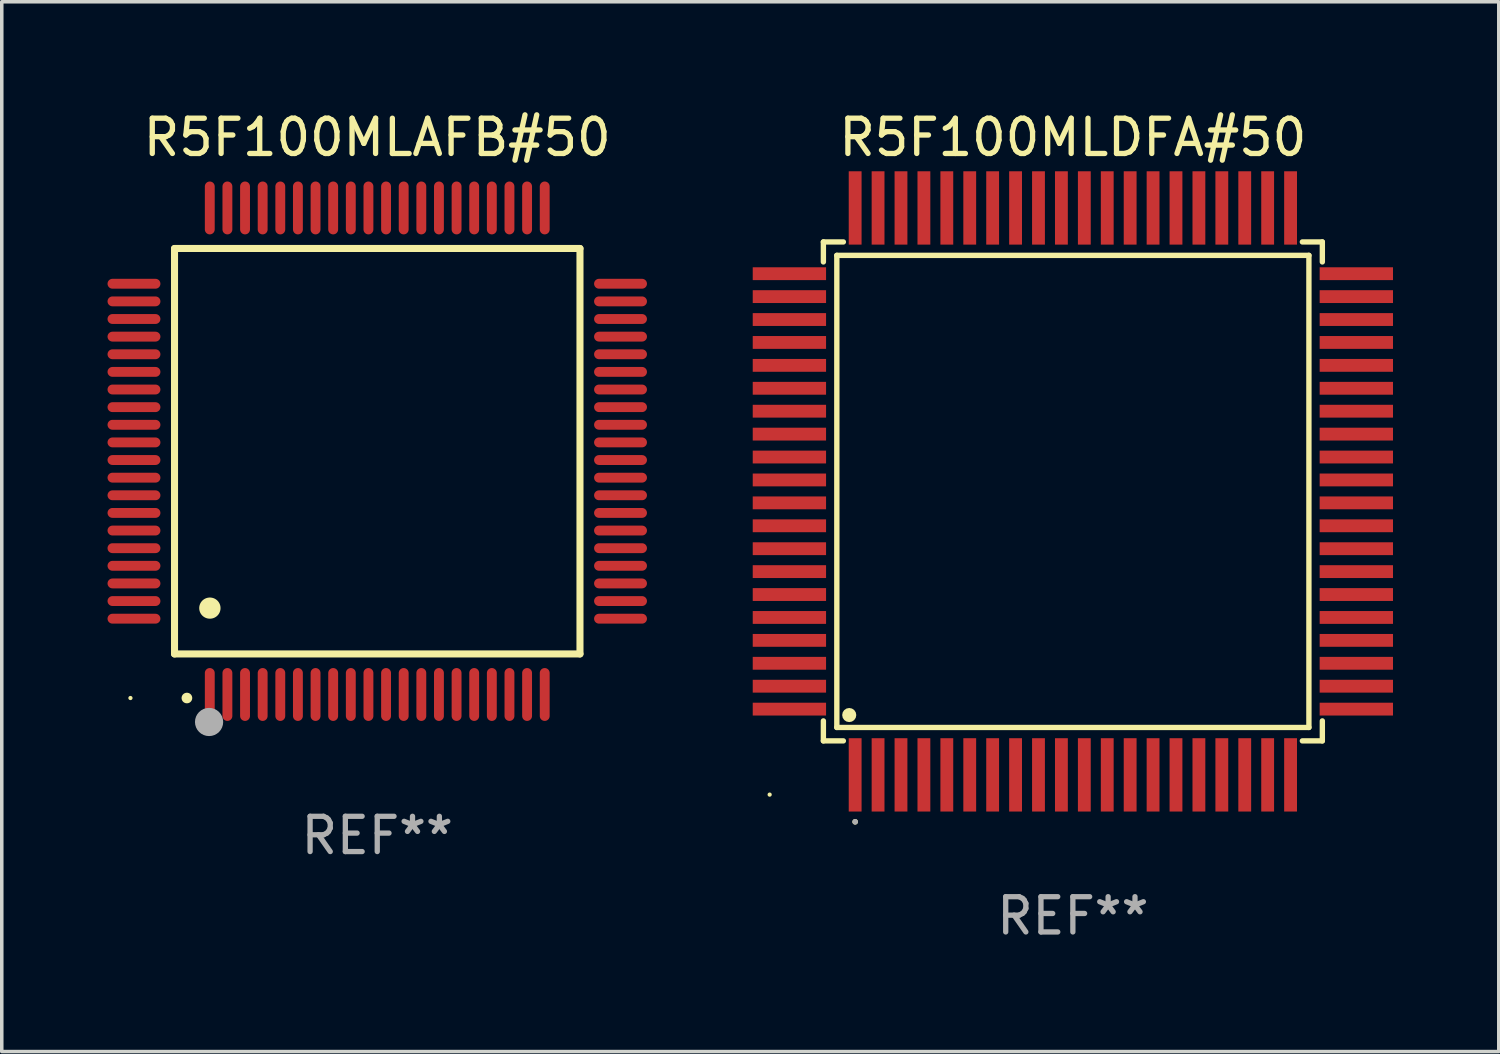
<source format=kicad_pcb>
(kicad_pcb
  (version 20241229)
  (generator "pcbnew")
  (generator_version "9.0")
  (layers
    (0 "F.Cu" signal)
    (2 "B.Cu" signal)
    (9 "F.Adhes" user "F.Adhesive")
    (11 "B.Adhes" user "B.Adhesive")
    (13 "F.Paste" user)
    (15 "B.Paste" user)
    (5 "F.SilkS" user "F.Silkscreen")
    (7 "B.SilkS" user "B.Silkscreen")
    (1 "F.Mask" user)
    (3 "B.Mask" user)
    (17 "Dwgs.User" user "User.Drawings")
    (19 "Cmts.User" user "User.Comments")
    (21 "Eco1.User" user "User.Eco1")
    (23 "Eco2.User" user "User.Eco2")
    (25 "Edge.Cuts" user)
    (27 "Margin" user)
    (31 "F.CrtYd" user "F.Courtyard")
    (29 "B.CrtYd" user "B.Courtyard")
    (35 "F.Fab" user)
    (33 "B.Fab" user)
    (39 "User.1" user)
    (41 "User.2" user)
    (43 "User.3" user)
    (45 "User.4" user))
  (footprint "R5F100MLAFB#50"
    (layer "F.Cu")
    (at 7.65 9.748)
    (property "Reference" "R5F100MLAFB#50" (at 0 -8.9 0) (layer "F.SilkS") (effects (font (size 1 1) (thickness 0.15))))
    (attr through_hole)
    (fp_line (start -5.75 -5.75) (end 5.75 -5.75) (stroke (width 0.2) (type solid)) (layer "F.SilkS"))
    (fp_line (start -5.75 5.75) (end -5.75 -5.75) (stroke (width 0.2) (type solid)) (layer "F.SilkS"))
    (fp_line (start 5.75 -5.75) (end 5.75 5.75) (stroke (width 0.2) (type solid)) (layer "F.SilkS"))
    (fp_line (start 5.75 5.75) (end -5.75 5.75) (stroke (width 0.2) (type solid)) (layer "F.SilkS"))
    (fp_arc (start -5.400051 7.000254) (mid -5.398781 7.000249) (end -5.397511 7.000254) (stroke (width 0.3) (type solid)) (layer "F.SilkS"))
    (fp_arc (start -4.749809 4.450089) (mid -4.747269 4.450078) (end -4.744729 4.450089) (stroke (width 0.6) (type solid)) (layer "F.SilkS"))
    (fp_circle (center -7 7) (end -6.97 7) (stroke (width 0.06) (type solid)) (fill no) (layer "F.SilkS"))
    (fp_circle (center -4.77 7.68) (end -4.57 7.68) (stroke (width 0.4) (type solid)) (fill no) (layer "F.Fab"))
    (fp_text user "REF**" (at 0 10.9 0) (layer "F.Fab") (effects (font (size 1 1) (thickness 0.15))))
    (pad "1" smd oval (at -4.75 6.9) (size 0.28 1.5) (layers "F.Cu" "F.Mask" "F.Paste"))
    (pad "2" smd oval (at -4.25 6.9) (size 0.28 1.5) (layers "F.Cu" "F.Mask" "F.Paste"))
    (pad "3" smd oval (at -3.75 6.9) (size 0.28 1.5) (layers "F.Cu" "F.Mask" "F.Paste"))
    (pad "4" smd oval (at -3.25 6.9) (size 0.28 1.5) (layers "F.Cu" "F.Mask" "F.Paste"))
    (pad "5" smd oval (at -2.75 6.9) (size 0.28 1.5) (layers "F.Cu" "F.Mask" "F.Paste"))
    (pad "6" smd oval (at -2.25 6.9) (size 0.28 1.5) (layers "F.Cu" "F.Mask" "F.Paste"))
    (pad "7" smd oval (at -1.75 6.9) (size 0.28 1.5) (layers "F.Cu" "F.Mask" "F.Paste"))
    (pad "8" smd oval (at -1.25 6.9) (size 0.28 1.5) (layers "F.Cu" "F.Mask" "F.Paste"))
    (pad "9" smd oval (at -0.75 6.9) (size 0.28 1.5) (layers "F.Cu" "F.Mask" "F.Paste"))
    (pad "10" smd oval (at -0.25 6.9) (size 0.28 1.5) (layers "F.Cu" "F.Mask" "F.Paste"))
    (pad "11" smd oval (at 0.25 6.9) (size 0.28 1.5) (layers "F.Cu" "F.Mask" "F.Paste"))
    (pad "12" smd oval (at 0.75 6.9) (size 0.28 1.5) (layers "F.Cu" "F.Mask" "F.Paste"))
    (pad "13" smd oval (at 1.25 6.9) (size 0.28 1.5) (layers "F.Cu" "F.Mask" "F.Paste"))
    (pad "14" smd oval (at 1.75 6.9) (size 0.28 1.5) (layers "F.Cu" "F.Mask" "F.Paste"))
    (pad "15" smd oval (at 2.25 6.9) (size 0.28 1.5) (layers "F.Cu" "F.Mask" "F.Paste"))
    (pad "16" smd oval (at 2.75 6.9) (size 0.28 1.5) (layers "F.Cu" "F.Mask" "F.Paste"))
    (pad "17" smd oval (at 3.25 6.9) (size 0.28 1.5) (layers "F.Cu" "F.Mask" "F.Paste"))
    (pad "18" smd oval (at 3.75 6.9) (size 0.28 1.5) (layers "F.Cu" "F.Mask" "F.Paste"))
    (pad "19" smd oval (at 4.25 6.9) (size 0.28 1.5) (layers "F.Cu" "F.Mask" "F.Paste"))
    (pad "20" smd oval (at 4.75 6.9) (size 0.28 1.5) (layers "F.Cu" "F.Mask" "F.Paste"))
    (pad "21" smd oval (at 6.9 4.75) (size 1.5 0.28) (layers "F.Cu" "F.Mask" "F.Paste"))
    (pad "22" smd oval (at 6.9 4.25) (size 1.5 0.28) (layers "F.Cu" "F.Mask" "F.Paste"))
    (pad "23" smd oval (at 6.9 3.75) (size 1.5 0.28) (layers "F.Cu" "F.Mask" "F.Paste"))
    (pad "24" smd oval (at 6.9 3.25) (size 1.5 0.28) (layers "F.Cu" "F.Mask" "F.Paste"))
    (pad "25" smd oval (at 6.9 2.75) (size 1.5 0.28) (layers "F.Cu" "F.Mask" "F.Paste"))
    (pad "26" smd oval (at 6.9 2.25) (size 1.5 0.28) (layers "F.Cu" "F.Mask" "F.Paste"))
    (pad "27" smd oval (at 6.9 1.75) (size 1.5 0.28) (layers "F.Cu" "F.Mask" "F.Paste"))
    (pad "28" smd oval (at 6.9 1.25) (size 1.5 0.28) (layers "F.Cu" "F.Mask" "F.Paste"))
    (pad "29" smd oval (at 6.9 0.75) (size 1.5 0.28) (layers "F.Cu" "F.Mask" "F.Paste"))
    (pad "30" smd oval (at 6.9 0.25) (size 1.5 0.28) (layers "F.Cu" "F.Mask" "F.Paste"))
    (pad "31" smd oval (at 6.9 -0.25) (size 1.5 0.28) (layers "F.Cu" "F.Mask" "F.Paste"))
    (pad "32" smd oval (at 6.9 -0.75) (size 1.5 0.28) (layers "F.Cu" "F.Mask" "F.Paste"))
    (pad "33" smd oval (at 6.9 -1.25) (size 1.5 0.28) (layers "F.Cu" "F.Mask" "F.Paste"))
    (pad "34" smd oval (at 6.9 -1.75) (size 1.5 0.28) (layers "F.Cu" "F.Mask" "F.Paste"))
    (pad "35" smd oval (at 6.9 -2.25) (size 1.5 0.28) (layers "F.Cu" "F.Mask" "F.Paste"))
    (pad "36" smd oval (at 6.9 -2.75) (size 1.5 0.28) (layers "F.Cu" "F.Mask" "F.Paste"))
    (pad "37" smd oval (at 6.9 -3.25) (size 1.5 0.28) (layers "F.Cu" "F.Mask" "F.Paste"))
    (pad "38" smd oval (at 6.9 -3.75) (size 1.5 0.28) (layers "F.Cu" "F.Mask" "F.Paste"))
    (pad "39" smd oval (at 6.9 -4.25) (size 1.5 0.28) (layers "F.Cu" "F.Mask" "F.Paste"))
    (pad "40" smd oval (at 6.9 -4.75) (size 1.5 0.28) (layers "F.Cu" "F.Mask" "F.Paste"))
    (pad "41" smd oval (at 4.75 -6.9) (size 0.28 1.5) (layers "F.Cu" "F.Mask" "F.Paste"))
    (pad "42" smd oval (at 4.25 -6.9) (size 0.28 1.5) (layers "F.Cu" "F.Mask" "F.Paste"))
    (pad "43" smd oval (at 3.75 -6.9) (size 0.28 1.5) (layers "F.Cu" "F.Mask" "F.Paste"))
    (pad "44" smd oval (at 3.25 -6.9) (size 0.28 1.5) (layers "F.Cu" "F.Mask" "F.Paste"))
    (pad "45" smd oval (at 2.75 -6.9) (size 0.28 1.5) (layers "F.Cu" "F.Mask" "F.Paste"))
    (pad "46" smd oval (at 2.25 -6.9) (size 0.28 1.5) (layers "F.Cu" "F.Mask" "F.Paste"))
    (pad "47" smd oval (at 1.75 -6.9) (size 0.28 1.5) (layers "F.Cu" "F.Mask" "F.Paste"))
    (pad "48" smd oval (at 1.25 -6.9) (size 0.28 1.5) (layers "F.Cu" "F.Mask" "F.Paste"))
    (pad "49" smd oval (at 0.75 -6.9) (size 0.28 1.5) (layers "F.Cu" "F.Mask" "F.Paste"))
    (pad "50" smd oval (at 0.25 -6.9) (size 0.28 1.5) (layers "F.Cu" "F.Mask" "F.Paste"))
    (pad "51" smd oval (at -0.25 -6.9) (size 0.28 1.5) (layers "F.Cu" "F.Mask" "F.Paste"))
    (pad "52" smd oval (at -0.75 -6.9) (size 0.28 1.5) (layers "F.Cu" "F.Mask" "F.Paste"))
    (pad "53" smd oval (at -1.25 -6.9) (size 0.28 1.5) (layers "F.Cu" "F.Mask" "F.Paste"))
    (pad "54" smd oval (at -1.75 -6.9) (size 0.28 1.5) (layers "F.Cu" "F.Mask" "F.Paste"))
    (pad "55" smd oval (at -2.25 -6.9) (size 0.28 1.5) (layers "F.Cu" "F.Mask" "F.Paste"))
    (pad "56" smd oval (at -2.75 -6.9) (size 0.28 1.5) (layers "F.Cu" "F.Mask" "F.Paste"))
    (pad "57" smd oval (at -3.25 -6.9) (size 0.28 1.5) (layers "F.Cu" "F.Mask" "F.Paste"))
    (pad "58" smd oval (at -3.75 -6.9) (size 0.28 1.5) (layers "F.Cu" "F.Mask" "F.Paste"))
    (pad "59" smd oval (at -4.25 -6.9) (size 0.28 1.5) (layers "F.Cu" "F.Mask" "F.Paste"))
    (pad "60" smd oval (at -4.75 -6.9) (size 0.28 1.5) (layers "F.Cu" "F.Mask" "F.Paste"))
    (pad "61" smd oval (at -6.9 -4.75) (size 1.5 0.28) (layers "F.Cu" "F.Mask" "F.Paste"))
    (pad "62" smd oval (at -6.9 -4.25) (size 1.5 0.28) (layers "F.Cu" "F.Mask" "F.Paste"))
    (pad "63" smd oval (at -6.9 -3.75) (size 1.5 0.28) (layers "F.Cu" "F.Mask" "F.Paste"))
    (pad "64" smd oval (at -6.9 -3.25) (size 1.5 0.28) (layers "F.Cu" "F.Mask" "F.Paste"))
    (pad "65" smd oval (at -6.9 -2.75) (size 1.5 0.28) (layers "F.Cu" "F.Mask" "F.Paste"))
    (pad "66" smd oval (at -6.9 -2.25) (size 1.5 0.28) (layers "F.Cu" "F.Mask" "F.Paste"))
    (pad "67" smd oval (at -6.9 -1.75) (size 1.5 0.28) (layers "F.Cu" "F.Mask" "F.Paste"))
    (pad "68" smd oval (at -6.9 -1.25) (size 1.5 0.28) (layers "F.Cu" "F.Mask" "F.Paste"))
    (pad "69" smd oval (at -6.9 -0.75) (size 1.5 0.28) (layers "F.Cu" "F.Mask" "F.Paste"))
    (pad "70" smd oval (at -6.9 -0.25) (size 1.5 0.28) (layers "F.Cu" "F.Mask" "F.Paste"))
    (pad "71" smd oval (at -6.9 0.25) (size 1.5 0.28) (layers "F.Cu" "F.Mask" "F.Paste"))
    (pad "72" smd oval (at -6.9 0.75) (size 1.5 0.28) (layers "F.Cu" "F.Mask" "F.Paste"))
    (pad "73" smd oval (at -6.9 1.25) (size 1.5 0.28) (layers "F.Cu" "F.Mask" "F.Paste"))
    (pad "74" smd oval (at -6.9 1.75) (size 1.5 0.28) (layers "F.Cu" "F.Mask" "F.Paste"))
    (pad "75" smd oval (at -6.9 2.25) (size 1.5 0.28) (layers "F.Cu" "F.Mask" "F.Paste"))
    (pad "76" smd oval (at -6.9 2.75) (size 1.5 0.28) (layers "F.Cu" "F.Mask" "F.Paste"))
    (pad "77" smd oval (at -6.9 3.25) (size 1.5 0.28) (layers "F.Cu" "F.Mask" "F.Paste"))
    (pad "78" smd oval (at -6.9 3.75) (size 1.5 0.28) (layers "F.Cu" "F.Mask" "F.Paste"))
    (pad "79" smd oval (at -6.9 4.25) (size 1.5 0.28) (layers "F.Cu" "F.Mask" "F.Paste"))
    (pad "80" smd oval (at -6.9 4.75) (size 1.5 0.28) (layers "F.Cu" "F.Mask" "F.Paste")))
  (footprint "R5F100MLDFA#50"
    (layer "F.Cu")
    (at 27.38 10.888)
    (property "Reference" "R5F100MLDFA#50" (at 0 -10.04 0) (layer "F.SilkS") (effects (font (size 1 1) (thickness 0.15))))
    (attr through_hole)
    (fp_line (start -7.076 -7.076) (end -7.076 -6.509) (stroke (width 0.152) (type solid)) (layer "F.SilkS"))
    (fp_line (start -7.076 7.076) (end -7.076 6.509) (stroke (width 0.152) (type solid)) (layer "F.SilkS"))
    (fp_line (start -6.695 -6.695) (end 6.695 -6.695) (stroke (width 0.152) (type solid)) (layer "F.SilkS"))
    (fp_line (start -6.695 6.695) (end -6.695 -6.695) (stroke (width 0.152) (type solid)) (layer "F.SilkS"))
    (fp_line (start -6.509 -7.076) (end -7.076 -7.076) (stroke (width 0.152) (type solid)) (layer "F.SilkS"))
    (fp_line (start -6.509 7.076) (end -7.076 7.076) (stroke (width 0.152) (type solid)) (layer "F.SilkS"))
    (fp_line (start 6.509 -7.076) (end 7.076 -7.076) (stroke (width 0.152) (type solid)) (layer "F.SilkS"))
    (fp_line (start 6.509 7.076) (end 7.076 7.076) (stroke (width 0.152) (type solid)) (layer "F.SilkS"))
    (fp_line (start 6.695 -6.695) (end 6.695 6.695) (stroke (width 0.152) (type solid)) (layer "F.SilkS"))
    (fp_line (start 6.695 6.695) (end -6.695 6.695) (stroke (width 0.152) (type solid)) (layer "F.SilkS"))
    (fp_line (start 7.076 -7.076) (end 7.076 -6.509) (stroke (width 0.152) (type solid)) (layer "F.SilkS"))
    (fp_line (start 7.076 7.076) (end 7.076 6.509) (stroke (width 0.152) (type solid)) (layer "F.SilkS"))
    (fp_circle (center -8.6 8.6) (end -8.57 8.6) (stroke (width 0.06) (type solid)) (fill no) (layer "F.SilkS"))
    (fp_circle (center -6.343 6.343) (end -6.243 6.343) (stroke (width 0.2) (type solid)) (fill no) (layer "F.SilkS"))
    (fp_circle (center -6.175 9.371) (end -6.135 9.371) (stroke (width 0.08) (type solid)) (fill no) (layer "F.SilkS"))
    (fp_circle (center -6.175 9.371) (end -6.135 9.371) (stroke (width 0.08) (type solid)) (fill no) (layer "F.Fab"))
    (fp_text user "REF**" (at 0 12.04 0) (layer "F.Fab") (effects (font (size 1 1) (thickness 0.15))))
    (pad "1" smd rect (at -6.175 8.04) (size 0.364 2.08) (layers "F.Cu" "F.Mask" "F.Paste"))
    (pad "2" smd rect (at -5.525 8.04) (size 0.364 2.08) (layers "F.Cu" "F.Mask" "F.Paste"))
    (pad "3" smd rect (at -4.875 8.04) (size 0.364 2.08) (layers "F.Cu" "F.Mask" "F.Paste"))
    (pad "4" smd rect (at -4.225 8.04) (size 0.364 2.08) (layers "F.Cu" "F.Mask" "F.Paste"))
    (pad "5" smd rect (at -3.575 8.04) (size 0.364 2.08) (layers "F.Cu" "F.Mask" "F.Paste"))
    (pad "6" smd rect (at -2.925 8.04) (size 0.364 2.08) (layers "F.Cu" "F.Mask" "F.Paste"))
    (pad "7" smd rect (at -2.275 8.04) (size 0.364 2.08) (layers "F.Cu" "F.Mask" "F.Paste"))
    (pad "8" smd rect (at -1.625 8.04) (size 0.364 2.08) (layers "F.Cu" "F.Mask" "F.Paste"))
    (pad "9" smd rect (at -0.975 8.04) (size 0.364 2.08) (layers "F.Cu" "F.Mask" "F.Paste"))
    (pad "10" smd rect (at -0.325 8.04) (size 0.364 2.08) (layers "F.Cu" "F.Mask" "F.Paste"))
    (pad "11" smd rect (at 0.325 8.04) (size 0.364 2.08) (layers "F.Cu" "F.Mask" "F.Paste"))
    (pad "12" smd rect (at 0.975 8.04) (size 0.364 2.08) (layers "F.Cu" "F.Mask" "F.Paste"))
    (pad "13" smd rect (at 1.625 8.04) (size 0.364 2.08) (layers "F.Cu" "F.Mask" "F.Paste"))
    (pad "14" smd rect (at 2.275 8.04) (size 0.364 2.08) (layers "F.Cu" "F.Mask" "F.Paste"))
    (pad "15" smd rect (at 2.925 8.04) (size 0.364 2.08) (layers "F.Cu" "F.Mask" "F.Paste"))
    (pad "16" smd rect (at 3.575 8.04) (size 0.364 2.08) (layers "F.Cu" "F.Mask" "F.Paste"))
    (pad "17" smd rect (at 4.225 8.04) (size 0.364 2.08) (layers "F.Cu" "F.Mask" "F.Paste"))
    (pad "18" smd rect (at 4.875 8.04) (size 0.364 2.08) (layers "F.Cu" "F.Mask" "F.Paste"))
    (pad "19" smd rect (at 5.525 8.04) (size 0.364 2.08) (layers "F.Cu" "F.Mask" "F.Paste"))
    (pad "20" smd rect (at 6.175 8.04) (size 0.364 2.08) (layers "F.Cu" "F.Mask" "F.Paste"))
    (pad "21" smd rect (at 8.04 6.175) (size 2.08 0.364) (layers "F.Cu" "F.Mask" "F.Paste"))
    (pad "22" smd rect (at 8.04 5.525) (size 2.08 0.364) (layers "F.Cu" "F.Mask" "F.Paste"))
    (pad "23" smd rect (at 8.04 4.875) (size 2.08 0.364) (layers "F.Cu" "F.Mask" "F.Paste"))
    (pad "24" smd rect (at 8.04 4.225) (size 2.08 0.364) (layers "F.Cu" "F.Mask" "F.Paste"))
    (pad "25" smd rect (at 8.04 3.575) (size 2.08 0.364) (layers "F.Cu" "F.Mask" "F.Paste"))
    (pad "26" smd rect (at 8.04 2.925) (size 2.08 0.364) (layers "F.Cu" "F.Mask" "F.Paste"))
    (pad "27" smd rect (at 8.04 2.275) (size 2.08 0.364) (layers "F.Cu" "F.Mask" "F.Paste"))
    (pad "28" smd rect (at 8.04 1.625) (size 2.08 0.364) (layers "F.Cu" "F.Mask" "F.Paste"))
    (pad "29" smd rect (at 8.04 0.975) (size 2.08 0.364) (layers "F.Cu" "F.Mask" "F.Paste"))
    (pad "30" smd rect (at 8.04 0.325) (size 2.08 0.364) (layers "F.Cu" "F.Mask" "F.Paste"))
    (pad "31" smd rect (at 8.04 -0.325) (size 2.08 0.364) (layers "F.Cu" "F.Mask" "F.Paste"))
    (pad "32" smd rect (at 8.04 -0.975) (size 2.08 0.364) (layers "F.Cu" "F.Mask" "F.Paste"))
    (pad "33" smd rect (at 8.04 -1.625) (size 2.08 0.364) (layers "F.Cu" "F.Mask" "F.Paste"))
    (pad "34" smd rect (at 8.04 -2.275) (size 2.08 0.364) (layers "F.Cu" "F.Mask" "F.Paste"))
    (pad "35" smd rect (at 8.04 -2.925) (size 2.08 0.364) (layers "F.Cu" "F.Mask" "F.Paste"))
    (pad "36" smd rect (at 8.04 -3.575) (size 2.08 0.364) (layers "F.Cu" "F.Mask" "F.Paste"))
    (pad "37" smd rect (at 8.04 -4.225) (size 2.08 0.364) (layers "F.Cu" "F.Mask" "F.Paste"))
    (pad "38" smd rect (at 8.04 -4.875) (size 2.08 0.364) (layers "F.Cu" "F.Mask" "F.Paste"))
    (pad "39" smd rect (at 8.04 -5.525) (size 2.08 0.364) (layers "F.Cu" "F.Mask" "F.Paste"))
    (pad "40" smd rect (at 8.04 -6.175) (size 2.08 0.364) (layers "F.Cu" "F.Mask" "F.Paste"))
    (pad "41" smd rect (at 6.175 -8.04) (size 0.364 2.08) (layers "F.Cu" "F.Mask" "F.Paste"))
    (pad "42" smd rect (at 5.525 -8.04) (size 0.364 2.08) (layers "F.Cu" "F.Mask" "F.Paste"))
    (pad "43" smd rect (at 4.875 -8.04) (size 0.364 2.08) (layers "F.Cu" "F.Mask" "F.Paste"))
    (pad "44" smd rect (at 4.225 -8.04) (size 0.364 2.08) (layers "F.Cu" "F.Mask" "F.Paste"))
    (pad "45" smd rect (at 3.575 -8.04) (size 0.364 2.08) (layers "F.Cu" "F.Mask" "F.Paste"))
    (pad "46" smd rect (at 2.925 -8.04) (size 0.364 2.08) (layers "F.Cu" "F.Mask" "F.Paste"))
    (pad "47" smd rect (at 2.275 -8.04) (size 0.364 2.08) (layers "F.Cu" "F.Mask" "F.Paste"))
    (pad "48" smd rect (at 1.625 -8.04) (size 0.364 2.08) (layers "F.Cu" "F.Mask" "F.Paste"))
    (pad "49" smd rect (at 0.975 -8.04) (size 0.364 2.08) (layers "F.Cu" "F.Mask" "F.Paste"))
    (pad "50" smd rect (at 0.325 -8.04) (size 0.364 2.08) (layers "F.Cu" "F.Mask" "F.Paste"))
    (pad "51" smd rect (at -0.325 -8.04) (size 0.364 2.08) (layers "F.Cu" "F.Mask" "F.Paste"))
    (pad "52" smd rect (at -0.975 -8.04) (size 0.364 2.08) (layers "F.Cu" "F.Mask" "F.Paste"))
    (pad "53" smd rect (at -1.625 -8.04) (size 0.364 2.08) (layers "F.Cu" "F.Mask" "F.Paste"))
    (pad "54" smd rect (at -2.275 -8.04) (size 0.364 2.08) (layers "F.Cu" "F.Mask" "F.Paste"))
    (pad "55" smd rect (at -2.925 -8.04) (size 0.364 2.08) (layers "F.Cu" "F.Mask" "F.Paste"))
    (pad "56" smd rect (at -3.575 -8.04) (size 0.364 2.08) (layers "F.Cu" "F.Mask" "F.Paste"))
    (pad "57" smd rect (at -4.225 -8.04) (size 0.364 2.08) (layers "F.Cu" "F.Mask" "F.Paste"))
    (pad "58" smd rect (at -4.875 -8.04) (size 0.364 2.08) (layers "F.Cu" "F.Mask" "F.Paste"))
    (pad "59" smd rect (at -5.525 -8.04) (size 0.364 2.08) (layers "F.Cu" "F.Mask" "F.Paste"))
    (pad "60" smd rect (at -6.175 -8.04) (size 0.364 2.08) (layers "F.Cu" "F.Mask" "F.Paste"))
    (pad "61" smd rect (at -8.04 -6.175) (size 2.08 0.364) (layers "F.Cu" "F.Mask" "F.Paste"))
    (pad "62" smd rect (at -8.04 -5.525) (size 2.08 0.364) (layers "F.Cu" "F.Mask" "F.Paste"))
    (pad "63" smd rect (at -8.04 -4.875) (size 2.08 0.364) (layers "F.Cu" "F.Mask" "F.Paste"))
    (pad "64" smd rect (at -8.04 -4.225) (size 2.08 0.364) (layers "F.Cu" "F.Mask" "F.Paste"))
    (pad "65" smd rect (at -8.04 -3.575) (size 2.08 0.364) (layers "F.Cu" "F.Mask" "F.Paste"))
    (pad "66" smd rect (at -8.04 -2.925) (size 2.08 0.364) (layers "F.Cu" "F.Mask" "F.Paste"))
    (pad "67" smd rect (at -8.04 -2.275) (size 2.08 0.364) (layers "F.Cu" "F.Mask" "F.Paste"))
    (pad "68" smd rect (at -8.04 -1.625) (size 2.08 0.364) (layers "F.Cu" "F.Mask" "F.Paste"))
    (pad "69" smd rect (at -8.04 -0.975) (size 2.08 0.364) (layers "F.Cu" "F.Mask" "F.Paste"))
    (pad "70" smd rect (at -8.04 -0.325) (size 2.08 0.364) (layers "F.Cu" "F.Mask" "F.Paste"))
    (pad "71" smd rect (at -8.04 0.325) (size 2.08 0.364) (layers "F.Cu" "F.Mask" "F.Paste"))
    (pad "72" smd rect (at -8.04 0.975) (size 2.08 0.364) (layers "F.Cu" "F.Mask" "F.Paste"))
    (pad "73" smd rect (at -8.04 1.625) (size 2.08 0.364) (layers "F.Cu" "F.Mask" "F.Paste"))
    (pad "74" smd rect (at -8.04 2.275) (size 2.08 0.364) (layers "F.Cu" "F.Mask" "F.Paste"))
    (pad "75" smd rect (at -8.04 2.925) (size 2.08 0.364) (layers "F.Cu" "F.Mask" "F.Paste"))
    (pad "76" smd rect (at -8.04 3.575) (size 2.08 0.364) (layers "F.Cu" "F.Mask" "F.Paste"))
    (pad "77" smd rect (at -8.04 4.225) (size 2.08 0.364) (layers "F.Cu" "F.Mask" "F.Paste"))
    (pad "78" smd rect (at -8.04 4.875) (size 2.08 0.364) (layers "F.Cu" "F.Mask" "F.Paste"))
    (pad "79" smd rect (at -8.04 5.525) (size 2.08 0.364) (layers "F.Cu" "F.Mask" "F.Paste"))
    (pad "80" smd rect (at -8.04 6.175) (size 2.08 0.364) (layers "F.Cu" "F.Mask" "F.Paste")))
  (gr_rect
    (start -3 -3)
    (end 39.46 26.776)
    (stroke (width 0.1) (type default))
    (fill no)
    (layer "Edge.Cuts")))
</source>
